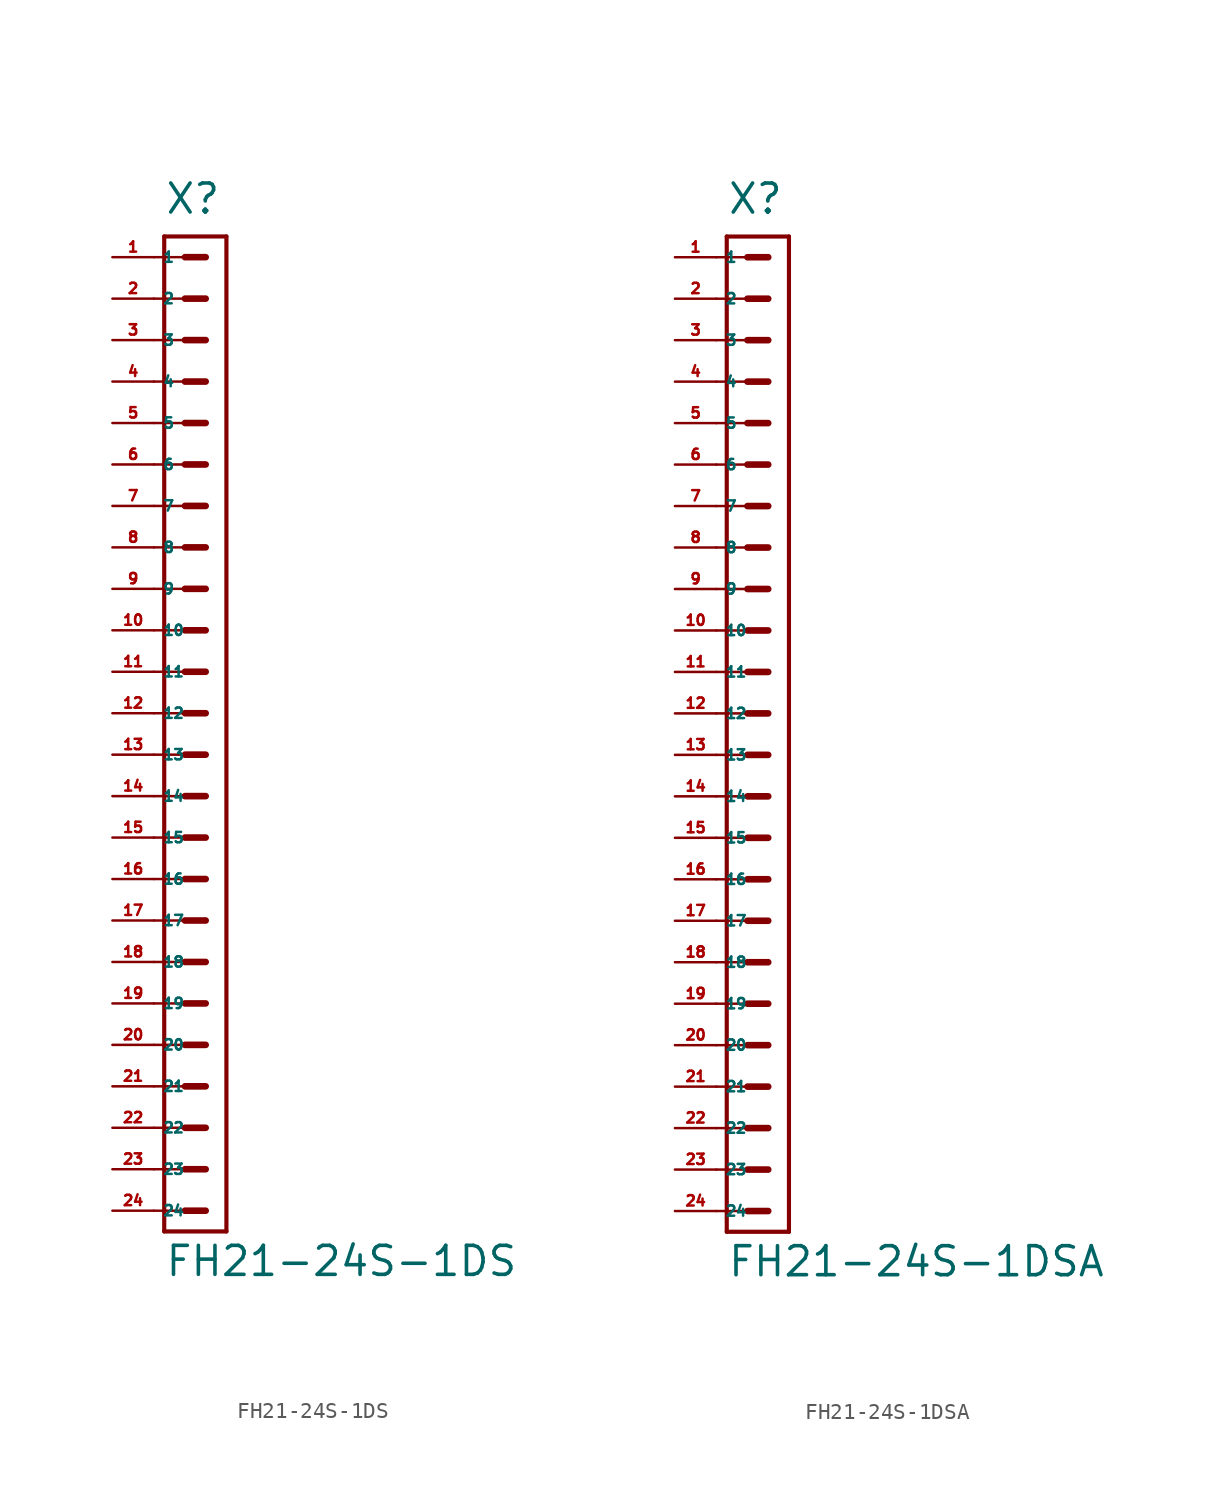
<source format=kicad_sym>
(kicad_symbol_lib
  (version 20220914)
  (generator Eagle2Kicad)
  (symbol "FH21-24S-1DS"
    (property "Reference" "X"
      (at -1.905 30.48 0)
      (effects (font (size 1.778 1.778) (thickness 0.22)) (justify left bottom)))
    (property "Value" "FH21-24S-1DS"
      (at -1.905 -34.608 0)
      (effects (font (size 1.778 1.778) (thickness 0.22)) (justify left bottom)))
    (polyline
      (pts (xy 1.905 29.21) (xy -1.905 29.21))
      (stroke (width 0.254) (type default))
      (fill (type none)))
    (polyline
      (pts (xy -1.905 -31.75) (xy -1.905 29.21))
      (stroke (width 0.254) (type default))
      (fill (type none)))
    (polyline
      (pts (xy -1.905 -31.75) (xy 1.905 -31.75))
      (stroke (width 0.254) (type default))
      (fill (type none)))
    (polyline
      (pts (xy 1.905 29.21) (xy 1.905 -31.75))
      (stroke (width 0.254) (type default))
      (fill (type none)))
    (polyline
      (pts (xy -2.54 27.94) (xy -0.635 27.94))
      (stroke (width 0.152) (type default))
      (fill (type none)))
    (polyline
      (pts (xy -2.54 25.4) (xy -0.635 25.4))
      (stroke (width 0.152) (type default))
      (fill (type none)))
    (polyline
      (pts (xy -2.54 22.86) (xy -0.635 22.86))
      (stroke (width 0.152) (type default))
      (fill (type none)))
    (polyline
      (pts (xy -2.54 20.32) (xy -0.635 20.32))
      (stroke (width 0.152) (type default))
      (fill (type none)))
    (polyline
      (pts (xy -2.54 17.78) (xy -0.635 17.78))
      (stroke (width 0.152) (type default))
      (fill (type none)))
    (polyline
      (pts (xy -2.54 15.24) (xy -0.635 15.24))
      (stroke (width 0.152) (type default))
      (fill (type none)))
    (polyline
      (pts (xy -0.635 27.94) (xy 0.635 27.94))
      (stroke (width 0.406) (type default))
      (fill (type none)))
    (polyline
      (pts (xy -0.635 25.4) (xy 0.635 25.4))
      (stroke (width 0.406) (type default))
      (fill (type none)))
    (polyline
      (pts (xy -0.635 22.86) (xy 0.635 22.86))
      (stroke (width 0.406) (type default))
      (fill (type none)))
    (polyline
      (pts (xy -0.635 20.32) (xy 0.635 20.32))
      (stroke (width 0.406) (type default))
      (fill (type none)))
    (polyline
      (pts (xy -0.635 17.78) (xy 0.635 17.78))
      (stroke (width 0.406) (type default))
      (fill (type none)))
    (polyline
      (pts (xy -0.635 15.24) (xy 0.635 15.24))
      (stroke (width 0.406) (type default))
      (fill (type none)))
    (polyline
      (pts (xy -2.54 12.7) (xy -0.635 12.7))
      (stroke (width 0.152) (type default))
      (fill (type none)))
    (polyline
      (pts (xy -2.54 10.16) (xy -0.635 10.16))
      (stroke (width 0.152) (type default))
      (fill (type none)))
    (polyline
      (pts (xy -0.635 12.7) (xy 0.635 12.7))
      (stroke (width 0.406) (type default))
      (fill (type none)))
    (polyline
      (pts (xy -0.635 10.16) (xy 0.635 10.16))
      (stroke (width 0.406) (type default))
      (fill (type none)))
    (polyline
      (pts (xy -2.54 7.62) (xy -0.635 7.62))
      (stroke (width 0.152) (type default))
      (fill (type none)))
    (polyline
      (pts (xy -2.54 5.08) (xy -0.635 5.08))
      (stroke (width 0.152) (type default))
      (fill (type none)))
    (polyline
      (pts (xy -0.635 7.62) (xy 0.635 7.62))
      (stroke (width 0.406) (type default))
      (fill (type none)))
    (polyline
      (pts (xy -0.635 5.08) (xy 0.635 5.08))
      (stroke (width 0.406) (type default))
      (fill (type none)))
    (polyline
      (pts (xy -2.54 2.54) (xy -0.635 2.54))
      (stroke (width 0.152) (type default))
      (fill (type none)))
    (polyline
      (pts (xy -2.54 0) (xy -0.635 0))
      (stroke (width 0.152) (type default))
      (fill (type none)))
    (polyline
      (pts (xy -0.635 2.54) (xy 0.635 2.54))
      (stroke (width 0.406) (type default))
      (fill (type none)))
    (polyline
      (pts (xy -0.635 0) (xy 0.635 0))
      (stroke (width 0.406) (type default))
      (fill (type none)))
    (polyline
      (pts (xy -2.54 -2.54) (xy -0.635 -2.54))
      (stroke (width 0.152) (type default))
      (fill (type none)))
    (polyline
      (pts (xy -2.54 -5.08) (xy -0.635 -5.08))
      (stroke (width 0.152) (type default))
      (fill (type none)))
    (polyline
      (pts (xy -0.635 -2.54) (xy 0.635 -2.54))
      (stroke (width 0.406) (type default))
      (fill (type none)))
    (polyline
      (pts (xy -0.635 -5.08) (xy 0.635 -5.08))
      (stroke (width 0.406) (type default))
      (fill (type none)))
    (polyline
      (pts (xy -2.54 -7.62) (xy -0.635 -7.62))
      (stroke (width 0.152) (type default))
      (fill (type none)))
    (polyline
      (pts (xy -2.54 -10.16) (xy -0.635 -10.16))
      (stroke (width 0.152) (type default))
      (fill (type none)))
    (polyline
      (pts (xy -0.635 -7.62) (xy 0.635 -7.62))
      (stroke (width 0.406) (type default))
      (fill (type none)))
    (polyline
      (pts (xy -0.635 -10.16) (xy 0.635 -10.16))
      (stroke (width 0.406) (type default))
      (fill (type none)))
    (polyline
      (pts (xy -2.54 -12.7) (xy -0.635 -12.7))
      (stroke (width 0.152) (type default))
      (fill (type none)))
    (polyline
      (pts (xy -2.54 -15.24) (xy -0.635 -15.24))
      (stroke (width 0.152) (type default))
      (fill (type none)))
    (polyline
      (pts (xy -0.635 -12.7) (xy 0.635 -12.7))
      (stroke (width 0.406) (type default))
      (fill (type none)))
    (polyline
      (pts (xy -0.635 -15.24) (xy 0.635 -15.24))
      (stroke (width 0.406) (type default))
      (fill (type none)))
    (polyline
      (pts (xy -2.54 -17.78) (xy -0.635 -17.78))
      (stroke (width 0.152) (type default))
      (fill (type none)))
    (polyline
      (pts (xy -2.54 -20.32) (xy -0.635 -20.32))
      (stroke (width 0.152) (type default))
      (fill (type none)))
    (polyline
      (pts (xy -0.635 -17.78) (xy 0.635 -17.78))
      (stroke (width 0.406) (type default))
      (fill (type none)))
    (polyline
      (pts (xy -0.635 -20.32) (xy 0.635 -20.32))
      (stroke (width 0.406) (type default))
      (fill (type none)))
    (polyline
      (pts (xy -0.635 -22.86) (xy 0.635 -22.86))
      (stroke (width 0.406) (type default))
      (fill (type none)))
    (polyline
      (pts (xy -0.635 -25.4) (xy 0.635 -25.4))
      (stroke (width 0.406) (type default))
      (fill (type none)))
    (polyline
      (pts (xy -2.54 -22.86) (xy -0.635 -22.86))
      (stroke (width 0.152) (type default))
      (fill (type none)))
    (polyline
      (pts (xy -2.54 -25.4) (xy -0.635 -25.4))
      (stroke (width 0.152) (type default))
      (fill (type none)))
    (polyline
      (pts (xy -2.54 -27.94) (xy -0.635 -27.94))
      (stroke (width 0.152) (type default))
      (fill (type none)))
    (polyline
      (pts (xy -2.54 -30.48) (xy -0.635 -30.48))
      (stroke (width 0.152) (type default))
      (fill (type none)))
    (polyline
      (pts (xy -0.635 -27.94) (xy 0.635 -27.94))
      (stroke (width 0.406) (type default))
      (fill (type none)))
    (polyline
      (pts (xy -0.635 -30.48) (xy 0.635 -30.48))
      (stroke (width 0.406) (type default))
      (fill (type none)))
    (pin passive line
      (at -5.08 27.94 0)
      (length 2.54)
      (name "1" (effects (font (size 0.635 0.635) (thickness 0.08)) (justify left bottom)))
      (number "1" (effects (font (size 0.635 0.635) (thickness 0.08)) (justify left bottom))))
    (pin passive line
      (at -5.08 25.4 0)
      (length 2.54)
      (name "2" (effects (font (size 0.635 0.635) (thickness 0.08)) (justify left bottom)))
      (number "2" (effects (font (size 0.635 0.635) (thickness 0.08)) (justify left bottom))))
    (pin passive line
      (at -5.08 22.86 0)
      (length 2.54)
      (name "3" (effects (font (size 0.635 0.635) (thickness 0.08)) (justify left bottom)))
      (number "3" (effects (font (size 0.635 0.635) (thickness 0.08)) (justify left bottom))))
    (pin passive line
      (at -5.08 20.32 0)
      (length 2.54)
      (name "4" (effects (font (size 0.635 0.635) (thickness 0.08)) (justify left bottom)))
      (number "4" (effects (font (size 0.635 0.635) (thickness 0.08)) (justify left bottom))))
    (pin passive line
      (at -5.08 17.78 0)
      (length 2.54)
      (name "5" (effects (font (size 0.635 0.635) (thickness 0.08)) (justify left bottom)))
      (number "5" (effects (font (size 0.635 0.635) (thickness 0.08)) (justify left bottom))))
    (pin passive line
      (at -5.08 15.24 0)
      (length 2.54)
      (name "6" (effects (font (size 0.635 0.635) (thickness 0.08)) (justify left bottom)))
      (number "6" (effects (font (size 0.635 0.635) (thickness 0.08)) (justify left bottom))))
    (pin passive line
      (at -5.08 12.7 0)
      (length 2.54)
      (name "7" (effects (font (size 0.635 0.635) (thickness 0.08)) (justify left bottom)))
      (number "7" (effects (font (size 0.635 0.635) (thickness 0.08)) (justify left bottom))))
    (pin passive line
      (at -5.08 10.16 0)
      (length 2.54)
      (name "8" (effects (font (size 0.635 0.635) (thickness 0.08)) (justify left bottom)))
      (number "8" (effects (font (size 0.635 0.635) (thickness 0.08)) (justify left bottom))))
    (pin passive line
      (at -5.08 7.62 0)
      (length 2.54)
      (name "9" (effects (font (size 0.635 0.635) (thickness 0.08)) (justify left bottom)))
      (number "9" (effects (font (size 0.635 0.635) (thickness 0.08)) (justify left bottom))))
    (pin passive line
      (at -5.08 5.08 0)
      (length 2.54)
      (name "10" (effects (font (size 0.635 0.635) (thickness 0.08)) (justify left bottom)))
      (number "10" (effects (font (size 0.635 0.635) (thickness 0.08)) (justify left bottom))))
    (pin passive line
      (at -5.08 2.54 0)
      (length 2.54)
      (name "11" (effects (font (size 0.635 0.635) (thickness 0.08)) (justify left bottom)))
      (number "11" (effects (font (size 0.635 0.635) (thickness 0.08)) (justify left bottom))))
    (pin passive line
      (at -5.08 0 0)
      (length 2.54)
      (name "12" (effects (font (size 0.635 0.635) (thickness 0.08)) (justify left bottom)))
      (number "12" (effects (font (size 0.635 0.635) (thickness 0.08)) (justify left bottom))))
    (pin passive line
      (at -5.08 -2.54 0)
      (length 2.54)
      (name "13" (effects (font (size 0.635 0.635) (thickness 0.08)) (justify left bottom)))
      (number "13" (effects (font (size 0.635 0.635) (thickness 0.08)) (justify left bottom))))
    (pin passive line
      (at -5.08 -5.08 0)
      (length 2.54)
      (name "14" (effects (font (size 0.635 0.635) (thickness 0.08)) (justify left bottom)))
      (number "14" (effects (font (size 0.635 0.635) (thickness 0.08)) (justify left bottom))))
    (pin passive line
      (at -5.08 -7.62 0)
      (length 2.54)
      (name "15" (effects (font (size 0.635 0.635) (thickness 0.08)) (justify left bottom)))
      (number "15" (effects (font (size 0.635 0.635) (thickness 0.08)) (justify left bottom))))
    (pin passive line
      (at -5.08 -10.16 0)
      (length 2.54)
      (name "16" (effects (font (size 0.635 0.635) (thickness 0.08)) (justify left bottom)))
      (number "16" (effects (font (size 0.635 0.635) (thickness 0.08)) (justify left bottom))))
    (pin passive line
      (at -5.08 -12.7 0)
      (length 2.54)
      (name "17" (effects (font (size 0.635 0.635) (thickness 0.08)) (justify left bottom)))
      (number "17" (effects (font (size 0.635 0.635) (thickness 0.08)) (justify left bottom))))
    (pin passive line
      (at -5.08 -15.24 0)
      (length 2.54)
      (name "18" (effects (font (size 0.635 0.635) (thickness 0.08)) (justify left bottom)))
      (number "18" (effects (font (size 0.635 0.635) (thickness 0.08)) (justify left bottom))))
    (pin passive line
      (at -5.08 -17.78 0)
      (length 2.54)
      (name "19" (effects (font (size 0.635 0.635) (thickness 0.08)) (justify left bottom)))
      (number "19" (effects (font (size 0.635 0.635) (thickness 0.08)) (justify left bottom))))
    (pin passive line
      (at -5.08 -20.32 0)
      (length 2.54)
      (name "20" (effects (font (size 0.635 0.635) (thickness 0.08)) (justify left bottom)))
      (number "20" (effects (font (size 0.635 0.635) (thickness 0.08)) (justify left bottom))))
    (pin passive line
      (at -5.08 -22.86 0)
      (length 2.54)
      (name "21" (effects (font (size 0.635 0.635) (thickness 0.08)) (justify left bottom)))
      (number "21" (effects (font (size 0.635 0.635) (thickness 0.08)) (justify left bottom))))
    (pin passive line
      (at -5.08 -25.4 0)
      (length 2.54)
      (name "22" (effects (font (size 0.635 0.635) (thickness 0.08)) (justify left bottom)))
      (number "22" (effects (font (size 0.635 0.635) (thickness 0.08)) (justify left bottom))))
    (pin passive line
      (at -5.08 -27.94 0)
      (length 2.54)
      (name "23" (effects (font (size 0.635 0.635) (thickness 0.08)) (justify left bottom)))
      (number "23" (effects (font (size 0.635 0.635) (thickness 0.08)) (justify left bottom))))
    (pin passive line
      (at -5.08 -30.48 0)
      (length 2.54)
      (name "24" (effects (font (size 0.635 0.635) (thickness 0.08)) (justify left bottom)))
      (number "24" (effects (font (size 0.635 0.635) (thickness 0.08)) (justify left bottom)))))
  (symbol "FH21-24S-1DSA"
    (property "Reference" "X"
      (at -1.905 30.48 0)
      (effects (font (size 1.778 1.778) (thickness 0.22)) (justify left bottom)))
    (property "Value" "FH21-24S-1DSA"
      (at -1.905 -34.608 0)
      (effects (font (size 1.778 1.778) (thickness 0.22)) (justify left bottom)))
    (polyline
      (pts (xy 1.905 29.21) (xy -1.905 29.21))
      (stroke (width 0.254) (type default))
      (fill (type none)))
    (polyline
      (pts (xy -1.905 -31.75) (xy -1.905 29.21))
      (stroke (width 0.254) (type default))
      (fill (type none)))
    (polyline
      (pts (xy -1.905 -31.75) (xy 1.905 -31.75))
      (stroke (width 0.254) (type default))
      (fill (type none)))
    (polyline
      (pts (xy 1.905 29.21) (xy 1.905 -31.75))
      (stroke (width 0.254) (type default))
      (fill (type none)))
    (polyline
      (pts (xy -2.54 27.94) (xy -0.635 27.94))
      (stroke (width 0.152) (type default))
      (fill (type none)))
    (polyline
      (pts (xy -2.54 25.4) (xy -0.635 25.4))
      (stroke (width 0.152) (type default))
      (fill (type none)))
    (polyline
      (pts (xy -2.54 22.86) (xy -0.635 22.86))
      (stroke (width 0.152) (type default))
      (fill (type none)))
    (polyline
      (pts (xy -2.54 20.32) (xy -0.635 20.32))
      (stroke (width 0.152) (type default))
      (fill (type none)))
    (polyline
      (pts (xy -2.54 17.78) (xy -0.635 17.78))
      (stroke (width 0.152) (type default))
      (fill (type none)))
    (polyline
      (pts (xy -2.54 15.24) (xy -0.635 15.24))
      (stroke (width 0.152) (type default))
      (fill (type none)))
    (polyline
      (pts (xy -0.635 27.94) (xy 0.635 27.94))
      (stroke (width 0.406) (type default))
      (fill (type none)))
    (polyline
      (pts (xy -0.635 25.4) (xy 0.635 25.4))
      (stroke (width 0.406) (type default))
      (fill (type none)))
    (polyline
      (pts (xy -0.635 22.86) (xy 0.635 22.86))
      (stroke (width 0.406) (type default))
      (fill (type none)))
    (polyline
      (pts (xy -0.635 20.32) (xy 0.635 20.32))
      (stroke (width 0.406) (type default))
      (fill (type none)))
    (polyline
      (pts (xy -0.635 17.78) (xy 0.635 17.78))
      (stroke (width 0.406) (type default))
      (fill (type none)))
    (polyline
      (pts (xy -0.635 15.24) (xy 0.635 15.24))
      (stroke (width 0.406) (type default))
      (fill (type none)))
    (polyline
      (pts (xy -2.54 12.7) (xy -0.635 12.7))
      (stroke (width 0.152) (type default))
      (fill (type none)))
    (polyline
      (pts (xy -2.54 10.16) (xy -0.635 10.16))
      (stroke (width 0.152) (type default))
      (fill (type none)))
    (polyline
      (pts (xy -0.635 12.7) (xy 0.635 12.7))
      (stroke (width 0.406) (type default))
      (fill (type none)))
    (polyline
      (pts (xy -0.635 10.16) (xy 0.635 10.16))
      (stroke (width 0.406) (type default))
      (fill (type none)))
    (polyline
      (pts (xy -2.54 7.62) (xy -0.635 7.62))
      (stroke (width 0.152) (type default))
      (fill (type none)))
    (polyline
      (pts (xy -2.54 5.08) (xy -0.635 5.08))
      (stroke (width 0.152) (type default))
      (fill (type none)))
    (polyline
      (pts (xy -0.635 7.62) (xy 0.635 7.62))
      (stroke (width 0.406) (type default))
      (fill (type none)))
    (polyline
      (pts (xy -0.635 5.08) (xy 0.635 5.08))
      (stroke (width 0.406) (type default))
      (fill (type none)))
    (polyline
      (pts (xy -2.54 2.54) (xy -0.635 2.54))
      (stroke (width 0.152) (type default))
      (fill (type none)))
    (polyline
      (pts (xy -2.54 0) (xy -0.635 0))
      (stroke (width 0.152) (type default))
      (fill (type none)))
    (polyline
      (pts (xy -0.635 2.54) (xy 0.635 2.54))
      (stroke (width 0.406) (type default))
      (fill (type none)))
    (polyline
      (pts (xy -0.635 0) (xy 0.635 0))
      (stroke (width 0.406) (type default))
      (fill (type none)))
    (polyline
      (pts (xy -2.54 -2.54) (xy -0.635 -2.54))
      (stroke (width 0.152) (type default))
      (fill (type none)))
    (polyline
      (pts (xy -2.54 -5.08) (xy -0.635 -5.08))
      (stroke (width 0.152) (type default))
      (fill (type none)))
    (polyline
      (pts (xy -0.635 -2.54) (xy 0.635 -2.54))
      (stroke (width 0.406) (type default))
      (fill (type none)))
    (polyline
      (pts (xy -0.635 -5.08) (xy 0.635 -5.08))
      (stroke (width 0.406) (type default))
      (fill (type none)))
    (polyline
      (pts (xy -2.54 -7.62) (xy -0.635 -7.62))
      (stroke (width 0.152) (type default))
      (fill (type none)))
    (polyline
      (pts (xy -2.54 -10.16) (xy -0.635 -10.16))
      (stroke (width 0.152) (type default))
      (fill (type none)))
    (polyline
      (pts (xy -0.635 -7.62) (xy 0.635 -7.62))
      (stroke (width 0.406) (type default))
      (fill (type none)))
    (polyline
      (pts (xy -0.635 -10.16) (xy 0.635 -10.16))
      (stroke (width 0.406) (type default))
      (fill (type none)))
    (polyline
      (pts (xy -2.54 -12.7) (xy -0.635 -12.7))
      (stroke (width 0.152) (type default))
      (fill (type none)))
    (polyline
      (pts (xy -2.54 -15.24) (xy -0.635 -15.24))
      (stroke (width 0.152) (type default))
      (fill (type none)))
    (polyline
      (pts (xy -0.635 -12.7) (xy 0.635 -12.7))
      (stroke (width 0.406) (type default))
      (fill (type none)))
    (polyline
      (pts (xy -0.635 -15.24) (xy 0.635 -15.24))
      (stroke (width 0.406) (type default))
      (fill (type none)))
    (polyline
      (pts (xy -2.54 -17.78) (xy -0.635 -17.78))
      (stroke (width 0.152) (type default))
      (fill (type none)))
    (polyline
      (pts (xy -2.54 -20.32) (xy -0.635 -20.32))
      (stroke (width 0.152) (type default))
      (fill (type none)))
    (polyline
      (pts (xy -0.635 -17.78) (xy 0.635 -17.78))
      (stroke (width 0.406) (type default))
      (fill (type none)))
    (polyline
      (pts (xy -0.635 -20.32) (xy 0.635 -20.32))
      (stroke (width 0.406) (type default))
      (fill (type none)))
    (polyline
      (pts (xy -0.635 -22.86) (xy 0.635 -22.86))
      (stroke (width 0.406) (type default))
      (fill (type none)))
    (polyline
      (pts (xy -0.635 -25.4) (xy 0.635 -25.4))
      (stroke (width 0.406) (type default))
      (fill (type none)))
    (polyline
      (pts (xy -2.54 -22.86) (xy -0.635 -22.86))
      (stroke (width 0.152) (type default))
      (fill (type none)))
    (polyline
      (pts (xy -2.54 -25.4) (xy -0.635 -25.4))
      (stroke (width 0.152) (type default))
      (fill (type none)))
    (polyline
      (pts (xy -2.54 -27.94) (xy -0.635 -27.94))
      (stroke (width 0.152) (type default))
      (fill (type none)))
    (polyline
      (pts (xy -2.54 -30.48) (xy -0.635 -30.48))
      (stroke (width 0.152) (type default))
      (fill (type none)))
    (polyline
      (pts (xy -0.635 -27.94) (xy 0.635 -27.94))
      (stroke (width 0.406) (type default))
      (fill (type none)))
    (polyline
      (pts (xy -0.635 -30.48) (xy 0.635 -30.48))
      (stroke (width 0.406) (type default))
      (fill (type none)))
    (pin passive line
      (at -5.08 27.94 0)
      (length 2.54)
      (name "1" (effects (font (size 0.635 0.635) (thickness 0.08)) (justify left bottom)))
      (number "1" (effects (font (size 0.635 0.635) (thickness 0.08)) (justify left bottom))))
    (pin passive line
      (at -5.08 25.4 0)
      (length 2.54)
      (name "2" (effects (font (size 0.635 0.635) (thickness 0.08)) (justify left bottom)))
      (number "2" (effects (font (size 0.635 0.635) (thickness 0.08)) (justify left bottom))))
    (pin passive line
      (at -5.08 22.86 0)
      (length 2.54)
      (name "3" (effects (font (size 0.635 0.635) (thickness 0.08)) (justify left bottom)))
      (number "3" (effects (font (size 0.635 0.635) (thickness 0.08)) (justify left bottom))))
    (pin passive line
      (at -5.08 20.32 0)
      (length 2.54)
      (name "4" (effects (font (size 0.635 0.635) (thickness 0.08)) (justify left bottom)))
      (number "4" (effects (font (size 0.635 0.635) (thickness 0.08)) (justify left bottom))))
    (pin passive line
      (at -5.08 17.78 0)
      (length 2.54)
      (name "5" (effects (font (size 0.635 0.635) (thickness 0.08)) (justify left bottom)))
      (number "5" (effects (font (size 0.635 0.635) (thickness 0.08)) (justify left bottom))))
    (pin passive line
      (at -5.08 15.24 0)
      (length 2.54)
      (name "6" (effects (font (size 0.635 0.635) (thickness 0.08)) (justify left bottom)))
      (number "6" (effects (font (size 0.635 0.635) (thickness 0.08)) (justify left bottom))))
    (pin passive line
      (at -5.08 12.7 0)
      (length 2.54)
      (name "7" (effects (font (size 0.635 0.635) (thickness 0.08)) (justify left bottom)))
      (number "7" (effects (font (size 0.635 0.635) (thickness 0.08)) (justify left bottom))))
    (pin passive line
      (at -5.08 10.16 0)
      (length 2.54)
      (name "8" (effects (font (size 0.635 0.635) (thickness 0.08)) (justify left bottom)))
      (number "8" (effects (font (size 0.635 0.635) (thickness 0.08)) (justify left bottom))))
    (pin passive line
      (at -5.08 7.62 0)
      (length 2.54)
      (name "9" (effects (font (size 0.635 0.635) (thickness 0.08)) (justify left bottom)))
      (number "9" (effects (font (size 0.635 0.635) (thickness 0.08)) (justify left bottom))))
    (pin passive line
      (at -5.08 5.08 0)
      (length 2.54)
      (name "10" (effects (font (size 0.635 0.635) (thickness 0.08)) (justify left bottom)))
      (number "10" (effects (font (size 0.635 0.635) (thickness 0.08)) (justify left bottom))))
    (pin passive line
      (at -5.08 2.54 0)
      (length 2.54)
      (name "11" (effects (font (size 0.635 0.635) (thickness 0.08)) (justify left bottom)))
      (number "11" (effects (font (size 0.635 0.635) (thickness 0.08)) (justify left bottom))))
    (pin passive line
      (at -5.08 0 0)
      (length 2.54)
      (name "12" (effects (font (size 0.635 0.635) (thickness 0.08)) (justify left bottom)))
      (number "12" (effects (font (size 0.635 0.635) (thickness 0.08)) (justify left bottom))))
    (pin passive line
      (at -5.08 -2.54 0)
      (length 2.54)
      (name "13" (effects (font (size 0.635 0.635) (thickness 0.08)) (justify left bottom)))
      (number "13" (effects (font (size 0.635 0.635) (thickness 0.08)) (justify left bottom))))
    (pin passive line
      (at -5.08 -5.08 0)
      (length 2.54)
      (name "14" (effects (font (size 0.635 0.635) (thickness 0.08)) (justify left bottom)))
      (number "14" (effects (font (size 0.635 0.635) (thickness 0.08)) (justify left bottom))))
    (pin passive line
      (at -5.08 -7.62 0)
      (length 2.54)
      (name "15" (effects (font (size 0.635 0.635) (thickness 0.08)) (justify left bottom)))
      (number "15" (effects (font (size 0.635 0.635) (thickness 0.08)) (justify left bottom))))
    (pin passive line
      (at -5.08 -10.16 0)
      (length 2.54)
      (name "16" (effects (font (size 0.635 0.635) (thickness 0.08)) (justify left bottom)))
      (number "16" (effects (font (size 0.635 0.635) (thickness 0.08)) (justify left bottom))))
    (pin passive line
      (at -5.08 -12.7 0)
      (length 2.54)
      (name "17" (effects (font (size 0.635 0.635) (thickness 0.08)) (justify left bottom)))
      (number "17" (effects (font (size 0.635 0.635) (thickness 0.08)) (justify left bottom))))
    (pin passive line
      (at -5.08 -15.24 0)
      (length 2.54)
      (name "18" (effects (font (size 0.635 0.635) (thickness 0.08)) (justify left bottom)))
      (number "18" (effects (font (size 0.635 0.635) (thickness 0.08)) (justify left bottom))))
    (pin passive line
      (at -5.08 -17.78 0)
      (length 2.54)
      (name "19" (effects (font (size 0.635 0.635) (thickness 0.08)) (justify left bottom)))
      (number "19" (effects (font (size 0.635 0.635) (thickness 0.08)) (justify left bottom))))
    (pin passive line
      (at -5.08 -20.32 0)
      (length 2.54)
      (name "20" (effects (font (size 0.635 0.635) (thickness 0.08)) (justify left bottom)))
      (number "20" (effects (font (size 0.635 0.635) (thickness 0.08)) (justify left bottom))))
    (pin passive line
      (at -5.08 -22.86 0)
      (length 2.54)
      (name "21" (effects (font (size 0.635 0.635) (thickness 0.08)) (justify left bottom)))
      (number "21" (effects (font (size 0.635 0.635) (thickness 0.08)) (justify left bottom))))
    (pin passive line
      (at -5.08 -25.4 0)
      (length 2.54)
      (name "22" (effects (font (size 0.635 0.635) (thickness 0.08)) (justify left bottom)))
      (number "22" (effects (font (size 0.635 0.635) (thickness 0.08)) (justify left bottom))))
    (pin passive line
      (at -5.08 -27.94 0)
      (length 2.54)
      (name "23" (effects (font (size 0.635 0.635) (thickness 0.08)) (justify left bottom)))
      (number "23" (effects (font (size 0.635 0.635) (thickness 0.08)) (justify left bottom))))
    (pin passive line
      (at -5.08 -30.48 0)
      (length 2.54)
      (name "24" (effects (font (size 0.635 0.635) (thickness 0.08)) (justify left bottom)))
      (number "24" (effects (font (size 0.635 0.635) (thickness 0.08)) (justify left bottom))))))
</source>
